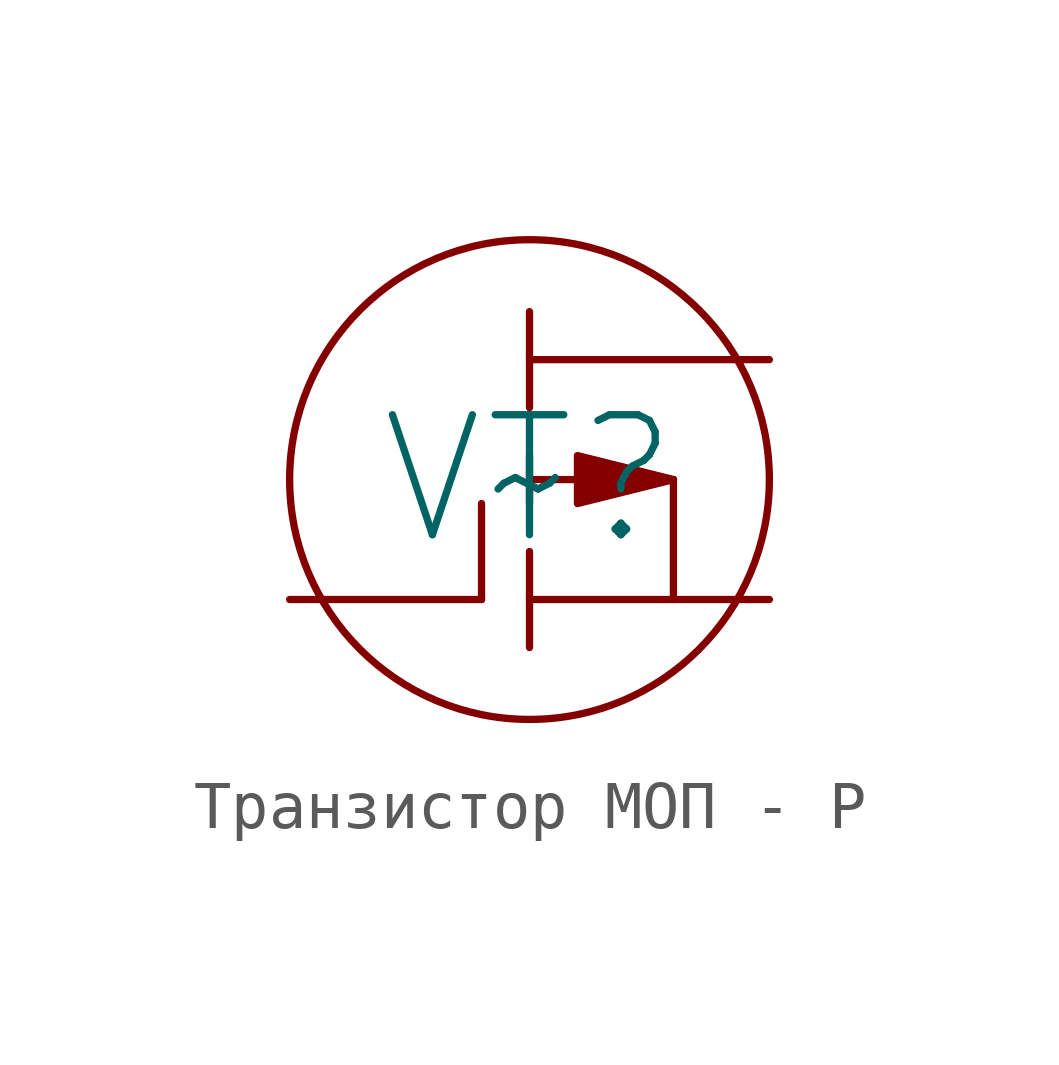
<source format=kicad_sym>
(kicad_symbol_lib
  (version 20220914)
  (generator kicad_symbol_editor)
  (symbol "Транзистор МОП - P"
    (pin_numbers hide)
    (pin_names
      (offset 0) hide)
    (property "Reference" "VT"
      (at 0 0 0)
      (effects (font (size 2.5 2.5))))
    (property "Value" "~"
      (at 0 0 0)
      (effects (font (size 2.5 2.5))))
    (symbol "Транзистор МОП - P_0_1"
      (polyline (pts (xy -1 -2.5) (xy -1 -0.5)) (stroke (width 0) (type default)) (fill (type none)))
      (polyline (pts (xy 0 -1.5) (xy 0 -3.5)) (stroke (width 0) (type default)) (fill (type none)))
      (polyline (pts (xy 0 0) (xy 3 0)) (stroke (width 0) (type default)) (fill (type none)))
      (polyline (pts (xy 0 0.5) (xy 0 -0.5)) (stroke (width 0) (type default)) (fill (type none)))
      (polyline (pts (xy 0 3.5) (xy 0 1.5)) (stroke (width 0) (type default)) (fill (type none)))
      (polyline (pts (xy 3 0) (xy 3 -2.5)) (stroke (width 0) (type default)) (fill (type none)))
      (circle (center 0 0) (radius 5) (stroke (width 0) (type default)) (fill (type none))))
    (symbol "Транзистор МОП - P_1_1"
      (polyline (pts (xy 3 0) (xy 1 0.5) (xy 1 -0.5) (xy 3 0)) (stroke (width 0) (type default)) (fill (type outline)))
      (pin input line (at -5 -2.5 0) (length 4) (name "" (effects (font (size 1.27 1.27)))) (number "1" (effects (font (size 1.27 1.27)))))
      (pin input line (at 5 -2.5 180) (length 5) (name "" (effects (font (size 1.27 1.27)))) (number "2" (effects (font (size 1.27 1.27)))))
      (pin input line (at 5 2.5 180) (length 5) (name "" (effects (font (size 1.27 1.27)))) (number "3" (effects (font (size 1.27 1.27))))))))
</source>
